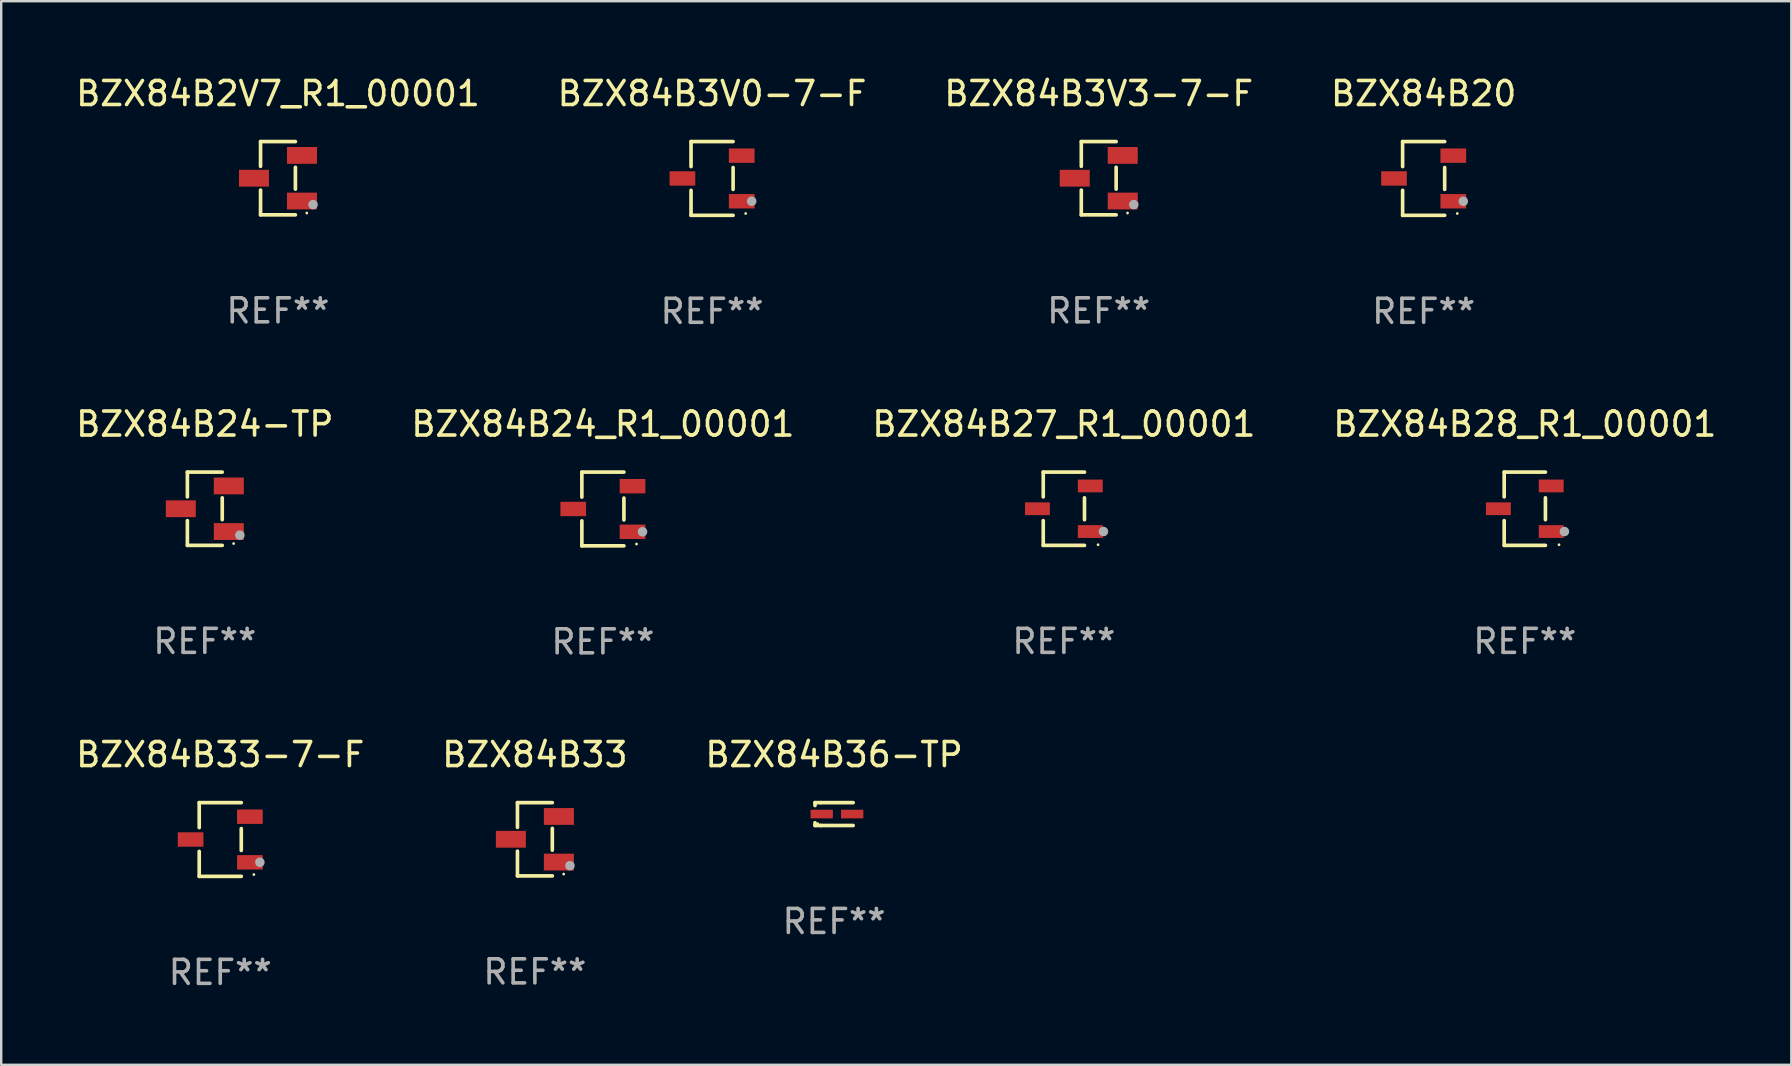
<source format=kicad_pcb>
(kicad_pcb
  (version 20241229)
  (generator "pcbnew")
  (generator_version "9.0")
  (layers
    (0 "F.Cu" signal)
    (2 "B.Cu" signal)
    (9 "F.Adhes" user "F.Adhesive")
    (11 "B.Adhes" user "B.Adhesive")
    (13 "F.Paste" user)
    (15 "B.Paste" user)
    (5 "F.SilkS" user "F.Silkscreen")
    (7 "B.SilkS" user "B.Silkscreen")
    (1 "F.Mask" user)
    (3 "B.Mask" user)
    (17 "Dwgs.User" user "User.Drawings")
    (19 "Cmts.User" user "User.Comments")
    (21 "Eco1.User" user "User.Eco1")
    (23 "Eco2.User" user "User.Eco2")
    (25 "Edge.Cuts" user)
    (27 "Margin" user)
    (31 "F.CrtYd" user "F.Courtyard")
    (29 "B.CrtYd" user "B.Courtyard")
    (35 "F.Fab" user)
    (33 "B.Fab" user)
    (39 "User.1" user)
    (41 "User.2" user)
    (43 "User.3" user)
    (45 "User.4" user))
  (footprint "BZX84B27_R1_00001"
    (layer "F.Cu")
    (at 41.268 18.143)
    (property "Reference" "BZX84B27_R1_00001" (at 0 -3.526 0) (layer "F.SilkS") (effects (font (size 1 1) (thickness 0.15))))
    (attr through_hole)
    (fp_line (start -0.859 -1.526) (end -0.859 -0.495) (stroke (width 0.152) (type solid)) (layer "F.SilkS"))
    (fp_line (start -0.859 1.526) (end -0.859 0.495) (stroke (width 0.152) (type solid)) (layer "F.SilkS"))
    (fp_line (start 0.859 -1.526) (end -0.859 -1.526) (stroke (width 0.152) (type solid)) (layer "F.SilkS"))
    (fp_line (start 0.859 -0.455) (end 0.859 0.455) (stroke (width 0.152) (type solid)) (layer "F.SilkS"))
    (fp_line (start 0.859 1.526) (end -0.859 1.526) (stroke (width 0.152) (type solid)) (layer "F.SilkS"))
    (fp_circle (center 1.425 1.5) (end 1.455 1.5) (stroke (width 0.06) (type solid)) (fill no) (layer "F.SilkS"))
    (fp_circle (center 1.65 0.95) (end 1.75 0.95) (stroke (width 0.2) (type solid)) (fill no) (layer "F.Fab"))
    (fp_text user "REF**" (at 0 5.526 0) (layer "F.Fab") (effects (font (size 1 1) (thickness 0.15))))
    (pad "1" smd rect (at 1.101 0.95) (size 1.037 0.532) (layers "F.Cu" "F.Mask" "F.Paste"))
    (pad "2" smd rect (at 1.101 -0.95) (size 1.037 0.532) (layers "F.Cu" "F.Mask" "F.Paste"))
    (pad "3" smd rect (at -1.101 0) (size 1.037 0.532) (layers "F.Cu" "F.Mask" "F.Paste")))
  (footprint "BZX84B28_R1_00001"
    (layer "F.Cu")
    (at 60.47 18.143)
    (property "Reference" "BZX84B28_R1_00001" (at 0 -3.526 0) (layer "F.SilkS") (effects (font (size 1 1) (thickness 0.15))))
    (attr through_hole)
    (fp_line (start -0.859 -1.526) (end -0.859 -0.495) (stroke (width 0.152) (type solid)) (layer "F.SilkS"))
    (fp_line (start -0.859 1.526) (end -0.859 0.495) (stroke (width 0.152) (type solid)) (layer "F.SilkS"))
    (fp_line (start 0.859 -1.526) (end -0.859 -1.526) (stroke (width 0.152) (type solid)) (layer "F.SilkS"))
    (fp_line (start 0.859 -0.455) (end 0.859 0.455) (stroke (width 0.152) (type solid)) (layer "F.SilkS"))
    (fp_line (start 0.859 1.526) (end -0.859 1.526) (stroke (width 0.152) (type solid)) (layer "F.SilkS"))
    (fp_circle (center 1.425 1.5) (end 1.455 1.5) (stroke (width 0.06) (type solid)) (fill no) (layer "F.SilkS"))
    (fp_circle (center 1.65 0.95) (end 1.75 0.95) (stroke (width 0.2) (type solid)) (fill no) (layer "F.Fab"))
    (fp_text user "REF**" (at 0 5.526 0) (layer "F.Fab") (effects (font (size 1 1) (thickness 0.15))))
    (pad "1" smd rect (at 1.101 0.95) (size 1.037 0.532) (layers "F.Cu" "F.Mask" "F.Paste"))
    (pad "2" smd rect (at 1.101 -0.95) (size 1.037 0.532) (layers "F.Cu" "F.Mask" "F.Paste"))
    (pad "3" smd rect (at -1.101 0) (size 1.037 0.532) (layers "F.Cu" "F.Mask" "F.Paste")))
  (footprint "BZX84B24_R1_00001"
    (layer "F.Cu")
    (at 22.065 18.153)
    (property "Reference" "BZX84B24_R1_00001" (at 0 -3.536 0) (layer "F.SilkS") (effects (font (size 1 1) (thickness 0.15))))
    (attr through_hole)
    (fp_line (start -0.876 -1.536) (end -0.876 -0.495) (stroke (width 0.152) (type solid)) (layer "F.SilkS"))
    (fp_line (start -0.876 1.536) (end -0.876 0.495) (stroke (width 0.152) (type solid)) (layer "F.SilkS"))
    (fp_line (start 0.876 -1.536) (end -0.876 -1.536) (stroke (width 0.152) (type solid)) (layer "F.SilkS"))
    (fp_line (start 0.876 -0.455) (end 0.876 0.455) (stroke (width 0.152) (type solid)) (layer "F.SilkS"))
    (fp_line (start 0.876 1.536) (end -0.876 1.536) (stroke (width 0.152) (type solid)) (layer "F.SilkS"))
    (fp_circle (center 1.4 1.46) (end 1.43 1.46) (stroke (width 0.06) (type solid)) (fill no) (layer "F.SilkS"))
    (fp_circle (center 1.651 0.95) (end 1.751 0.95) (stroke (width 0.2) (type solid)) (fill no) (layer "F.Fab"))
    (fp_text user "REF**" (at 0 5.536 0) (layer "F.Fab") (effects (font (size 1 1) (thickness 0.15))))
    (pad "1" smd rect (at 1.235 0.95) (size 1.07 0.6) (layers "F.Cu" "F.Mask" "F.Paste"))
    (pad "2" smd rect (at 1.235 -0.95) (size 1.07 0.6) (layers "F.Cu" "F.Mask" "F.Paste"))
    (pad "3" smd rect (at -1.235 0) (size 1.07 0.6) (layers "F.Cu" "F.Mask" "F.Paste")))
  (footprint "BZX84B36-TP"
    (layer "F.Cu")
    (at 31.696 30.862)
    (property "Reference" "BZX84B36-TP" (at 0 -2.476 0) (layer "F.SilkS") (effects (font (size 1 1) (thickness 0.15))))
    (attr through_hole)
    (fp_line (start -0.795 -0.476) (end -0.795 -0.356) (stroke (width 0.152) (type solid)) (layer "F.SilkS"))
    (fp_line (start -0.795 0.363) (end -0.795 0.476) (stroke (width 0.152) (type solid)) (layer "F.SilkS"))
    (fp_line (start -0.795 0.476) (end -0.557 0.476) (stroke (width 0.152) (type solid)) (layer "F.SilkS"))
    (fp_line (start -0.557 -0.476) (end -0.795 -0.476) (stroke (width 0.152) (type solid)) (layer "F.SilkS"))
    (fp_line (start -0.557 -0.476) (end 0.795 -0.476) (stroke (width 0.152) (type solid)) (layer "F.SilkS"))
    (fp_line (start -0.557 0.476) (end 0.795 0.476) (stroke (width 0.152) (type solid)) (layer "F.SilkS"))
    (fp_circle (center -0.681 0.4) (end -0.651 0.4) (stroke (width 0.06) (type solid)) (fill no) (layer "F.SilkS"))
    (fp_text user "REF**" (at 0 4.476 0) (layer "F.Fab") (effects (font (size 1 1) (thickness 0.15))))
    (pad "1" smd rect (at -0.516 0 180) (size 0.93 0.36) (layers "F.Cu" "F.Mask" "F.Paste"))
    (pad "2" smd rect (at 0.754 0 180) (size 0.93 0.36) (layers "F.Cu" "F.Mask" "F.Paste")))
  (footprint "BZX84B24-TP"
    (layer "F.Cu")
    (at 5.482 18.143)
    (property "Reference" "BZX84B24-TP" (at 0 -3.526 0) (layer "F.SilkS") (effects (font (size 1 1) (thickness 0.15))))
    (attr through_hole)
    (fp_line (start -0.726 -1.526) (end -0.726 -0.495) (stroke (width 0.152) (type solid)) (layer "F.SilkS"))
    (fp_line (start -0.726 1.526) (end -0.726 0.495) (stroke (width 0.152) (type solid)) (layer "F.SilkS"))
    (fp_line (start 0.726 -1.526) (end -0.726 -1.526) (stroke (width 0.152) (type solid)) (layer "F.SilkS"))
    (fp_line (start 0.726 -0.455) (end 0.726 0.455) (stroke (width 0.152) (type solid)) (layer "F.SilkS"))
    (fp_line (start 0.726 1.526) (end -0.726 1.526) (stroke (width 0.152) (type solid)) (layer "F.SilkS"))
    (fp_circle (center 1.2 1.45) (end 1.23 1.45) (stroke (width 0.06) (type solid)) (fill no) (layer "F.SilkS"))
    (fp_circle (center 1.46 1.1) (end 1.56 1.1) (stroke (width 0.2) (type solid)) (fill no) (layer "F.Fab"))
    (fp_text user "REF**" (at 0 5.526 0) (layer "F.Fab") (effects (font (size 1 1) (thickness 0.15))))
    (pad "1" smd rect (at 1 0.95) (size 1.25 0.7) (layers "F.Cu" "F.Mask" "F.Paste"))
    (pad "2" smd rect (at 1 -0.95) (size 1.25 0.7) (layers "F.Cu" "F.Mask" "F.Paste"))
    (pad "3" smd rect (at -1 0) (size 1.25 0.7) (layers "F.Cu" "F.Mask" "F.Paste")))
  (footprint "BZX84B20"
    (layer "F.Cu")
    (at 56.256 4.384)
    (property "Reference" "BZX84B20" (at 0 -3.536 0) (layer "F.SilkS") (effects (font (size 1 1) (thickness 0.15))))
    (attr through_hole)
    (fp_line (start -0.876 -1.536) (end -0.876 -0.495) (stroke (width 0.152) (type solid)) (layer "F.SilkS"))
    (fp_line (start -0.876 1.536) (end -0.876 0.495) (stroke (width 0.152) (type solid)) (layer "F.SilkS"))
    (fp_line (start 0.876 -1.536) (end -0.876 -1.536) (stroke (width 0.152) (type solid)) (layer "F.SilkS"))
    (fp_line (start 0.876 -0.455) (end 0.876 0.455) (stroke (width 0.152) (type solid)) (layer "F.SilkS"))
    (fp_line (start 0.876 1.536) (end -0.876 1.536) (stroke (width 0.152) (type solid)) (layer "F.SilkS"))
    (fp_circle (center 1.4 1.46) (end 1.43 1.46) (stroke (width 0.06) (type solid)) (fill no) (layer "F.SilkS"))
    (fp_circle (center 1.651 0.95) (end 1.751 0.95) (stroke (width 0.2) (type solid)) (fill no) (layer "F.Fab"))
    (fp_text user "REF**" (at 0 5.536 0) (layer "F.Fab") (effects (font (size 1 1) (thickness 0.15))))
    (pad "1" smd rect (at 1.235 0.95) (size 1.07 0.6) (layers "F.Cu" "F.Mask" "F.Paste"))
    (pad "2" smd rect (at 1.235 -0.95) (size 1.07 0.6) (layers "F.Cu" "F.Mask" "F.Paste"))
    (pad "3" smd rect (at -1.235 0) (size 1.07 0.6) (layers "F.Cu" "F.Mask" "F.Paste")))
  (footprint "BZX84B3V3-7-F"
    (layer "F.Cu")
    (at 42.72 4.374)
    (property "Reference" "BZX84B3V3-7-F" (at 0 -3.526 0) (layer "F.SilkS") (effects (font (size 1 1) (thickness 0.15))))
    (attr through_hole)
    (fp_line (start -0.726 -1.526) (end -0.726 -0.495) (stroke (width 0.152) (type solid)) (layer "F.SilkS"))
    (fp_line (start -0.726 1.526) (end -0.726 0.495) (stroke (width 0.152) (type solid)) (layer "F.SilkS"))
    (fp_line (start 0.726 -1.526) (end -0.726 -1.526) (stroke (width 0.152) (type solid)) (layer "F.SilkS"))
    (fp_line (start 0.726 -0.455) (end 0.726 0.455) (stroke (width 0.152) (type solid)) (layer "F.SilkS"))
    (fp_line (start 0.726 1.526) (end -0.726 1.526) (stroke (width 0.152) (type solid)) (layer "F.SilkS"))
    (fp_circle (center 1.2 1.45) (end 1.23 1.45) (stroke (width 0.06) (type solid)) (fill no) (layer "F.SilkS"))
    (fp_circle (center 1.46 1.1) (end 1.56 1.1) (stroke (width 0.2) (type solid)) (fill no) (layer "F.Fab"))
    (fp_text user "REF**" (at 0 5.526 0) (layer "F.Fab") (effects (font (size 1 1) (thickness 0.15))))
    (pad "1" smd rect (at 1 0.95) (size 1.25 0.7) (layers "F.Cu" "F.Mask" "F.Paste"))
    (pad "2" smd rect (at 1 -0.95) (size 1.25 0.7) (layers "F.Cu" "F.Mask" "F.Paste"))
    (pad "3" smd rect (at -1 0) (size 1.25 0.7) (layers "F.Cu" "F.Mask" "F.Paste")))
  (footprint "BZX84B33"
    (layer "F.Cu")
    (at 19.232 31.912)
    (property "Reference" "BZX84B33" (at 0 -3.526 0) (layer "F.SilkS") (effects (font (size 1 1) (thickness 0.15))))
    (attr through_hole)
    (fp_line (start -0.726 -1.526) (end -0.726 -0.495) (stroke (width 0.152) (type solid)) (layer "F.SilkS"))
    (fp_line (start -0.726 1.526) (end -0.726 0.495) (stroke (width 0.152) (type solid)) (layer "F.SilkS"))
    (fp_line (start 0.726 -1.526) (end -0.726 -1.526) (stroke (width 0.152) (type solid)) (layer "F.SilkS"))
    (fp_line (start 0.726 -0.455) (end 0.726 0.455) (stroke (width 0.152) (type solid)) (layer "F.SilkS"))
    (fp_line (start 0.726 1.526) (end -0.726 1.526) (stroke (width 0.152) (type solid)) (layer "F.SilkS"))
    (fp_circle (center 1.2 1.45) (end 1.23 1.45) (stroke (width 0.06) (type solid)) (fill no) (layer "F.SilkS"))
    (fp_circle (center 1.46 1.1) (end 1.56 1.1) (stroke (width 0.2) (type solid)) (fill no) (layer "F.Fab"))
    (fp_text user "REF**" (at 0 5.526 0) (layer "F.Fab") (effects (font (size 1 1) (thickness 0.15))))
    (pad "1" smd rect (at 1 0.95) (size 1.25 0.7) (layers "F.Cu" "F.Mask" "F.Paste"))
    (pad "2" smd rect (at 1 -0.95) (size 1.25 0.7) (layers "F.Cu" "F.Mask" "F.Paste"))
    (pad "3" smd rect (at -1 0) (size 1.25 0.7) (layers "F.Cu" "F.Mask" "F.Paste")))
  (footprint "BZX84B3V0-7-F"
    (layer "F.Cu")
    (at 26.613 4.384)
    (property "Reference" "BZX84B3V0-7-F" (at 0 -3.536 0) (layer "F.SilkS") (effects (font (size 1 1) (thickness 0.15))))
    (attr through_hole)
    (fp_line (start -0.876 -1.536) (end -0.876 -0.495) (stroke (width 0.152) (type solid)) (layer "F.SilkS"))
    (fp_line (start -0.876 1.536) (end -0.876 0.495) (stroke (width 0.152) (type solid)) (layer "F.SilkS"))
    (fp_line (start 0.876 -1.536) (end -0.876 -1.536) (stroke (width 0.152) (type solid)) (layer "F.SilkS"))
    (fp_line (start 0.876 -0.455) (end 0.876 0.455) (stroke (width 0.152) (type solid)) (layer "F.SilkS"))
    (fp_line (start 0.876 1.536) (end -0.876 1.536) (stroke (width 0.152) (type solid)) (layer "F.SilkS"))
    (fp_circle (center 1.4 1.46) (end 1.43 1.46) (stroke (width 0.06) (type solid)) (fill no) (layer "F.SilkS"))
    (fp_circle (center 1.651 0.95) (end 1.751 0.95) (stroke (width 0.2) (type solid)) (fill no) (layer "F.Fab"))
    (fp_text user "REF**" (at 0 5.536 0) (layer "F.Fab") (effects (font (size 1 1) (thickness 0.15))))
    (pad "1" smd rect (at 1.235 0.95) (size 1.07 0.6) (layers "F.Cu" "F.Mask" "F.Paste"))
    (pad "2" smd rect (at 1.235 -0.95) (size 1.07 0.6) (layers "F.Cu" "F.Mask" "F.Paste"))
    (pad "3" smd rect (at -1.235 0) (size 1.07 0.6) (layers "F.Cu" "F.Mask" "F.Paste")))
  (footprint "BZX84B33-7-F"
    (layer "F.Cu")
    (at 6.125 31.922)
    (property "Reference" "BZX84B33-7-F" (at 0 -3.536 0) (layer "F.SilkS") (effects (font (size 1 1) (thickness 0.15))))
    (attr through_hole)
    (fp_line (start -0.876 -1.536) (end -0.876 -0.495) (stroke (width 0.152) (type solid)) (layer "F.SilkS"))
    (fp_line (start -0.876 1.536) (end -0.876 0.495) (stroke (width 0.152) (type solid)) (layer "F.SilkS"))
    (fp_line (start 0.876 -1.536) (end -0.876 -1.536) (stroke (width 0.152) (type solid)) (layer "F.SilkS"))
    (fp_line (start 0.876 -0.455) (end 0.876 0.455) (stroke (width 0.152) (type solid)) (layer "F.SilkS"))
    (fp_line (start 0.876 1.536) (end -0.876 1.536) (stroke (width 0.152) (type solid)) (layer "F.SilkS"))
    (fp_circle (center 1.4 1.46) (end 1.43 1.46) (stroke (width 0.06) (type solid)) (fill no) (layer "F.SilkS"))
    (fp_circle (center 1.651 0.95) (end 1.751 0.95) (stroke (width 0.2) (type solid)) (fill no) (layer "F.Fab"))
    (fp_text user "REF**" (at 0 5.536 0) (layer "F.Fab") (effects (font (size 1 1) (thickness 0.15))))
    (pad "1" smd rect (at 1.235 0.95) (size 1.07 0.6) (layers "F.Cu" "F.Mask" "F.Paste"))
    (pad "2" smd rect (at 1.235 -0.95) (size 1.07 0.6) (layers "F.Cu" "F.Mask" "F.Paste"))
    (pad "3" smd rect (at -1.235 0) (size 1.07 0.6) (layers "F.Cu" "F.Mask" "F.Paste")))
  (footprint "BZX84B2V7_R1_00001"
    (layer "F.Cu")
    (at 8.53 4.374)
    (property "Reference" "BZX84B2V7_R1_00001" (at 0 -3.526 0) (layer "F.SilkS") (effects (font (size 1 1) (thickness 0.15))))
    (attr through_hole)
    (fp_line (start -0.726 -1.526) (end -0.726 -0.495) (stroke (width 0.152) (type solid)) (layer "F.SilkS"))
    (fp_line (start -0.726 1.526) (end -0.726 0.495) (stroke (width 0.152) (type solid)) (layer "F.SilkS"))
    (fp_line (start 0.726 -1.526) (end -0.726 -1.526) (stroke (width 0.152) (type solid)) (layer "F.SilkS"))
    (fp_line (start 0.726 -0.455) (end 0.726 0.455) (stroke (width 0.152) (type solid)) (layer "F.SilkS"))
    (fp_line (start 0.726 1.526) (end -0.726 1.526) (stroke (width 0.152) (type solid)) (layer "F.SilkS"))
    (fp_circle (center 1.2 1.45) (end 1.23 1.45) (stroke (width 0.06) (type solid)) (fill no) (layer "F.SilkS"))
    (fp_circle (center 1.46 1.1) (end 1.56 1.1) (stroke (width 0.2) (type solid)) (fill no) (layer "F.Fab"))
    (fp_text user "REF**" (at 0 5.526 0) (layer "F.Fab") (effects (font (size 1 1) (thickness 0.15))))
    (pad "1" smd rect (at 1 0.95) (size 1.25 0.7) (layers "F.Cu" "F.Mask" "F.Paste"))
    (pad "2" smd rect (at 1 -0.95) (size 1.25 0.7) (layers "F.Cu" "F.Mask" "F.Paste"))
    (pad "3" smd rect (at -1 0) (size 1.25 0.7) (layers "F.Cu" "F.Mask" "F.Paste")))
  (gr_rect
    (start -3 -3)
    (end 71.571 41.307)
    (stroke (width 0.1) (type default))
    (fill no)
    (layer "Edge.Cuts")))
</source>
